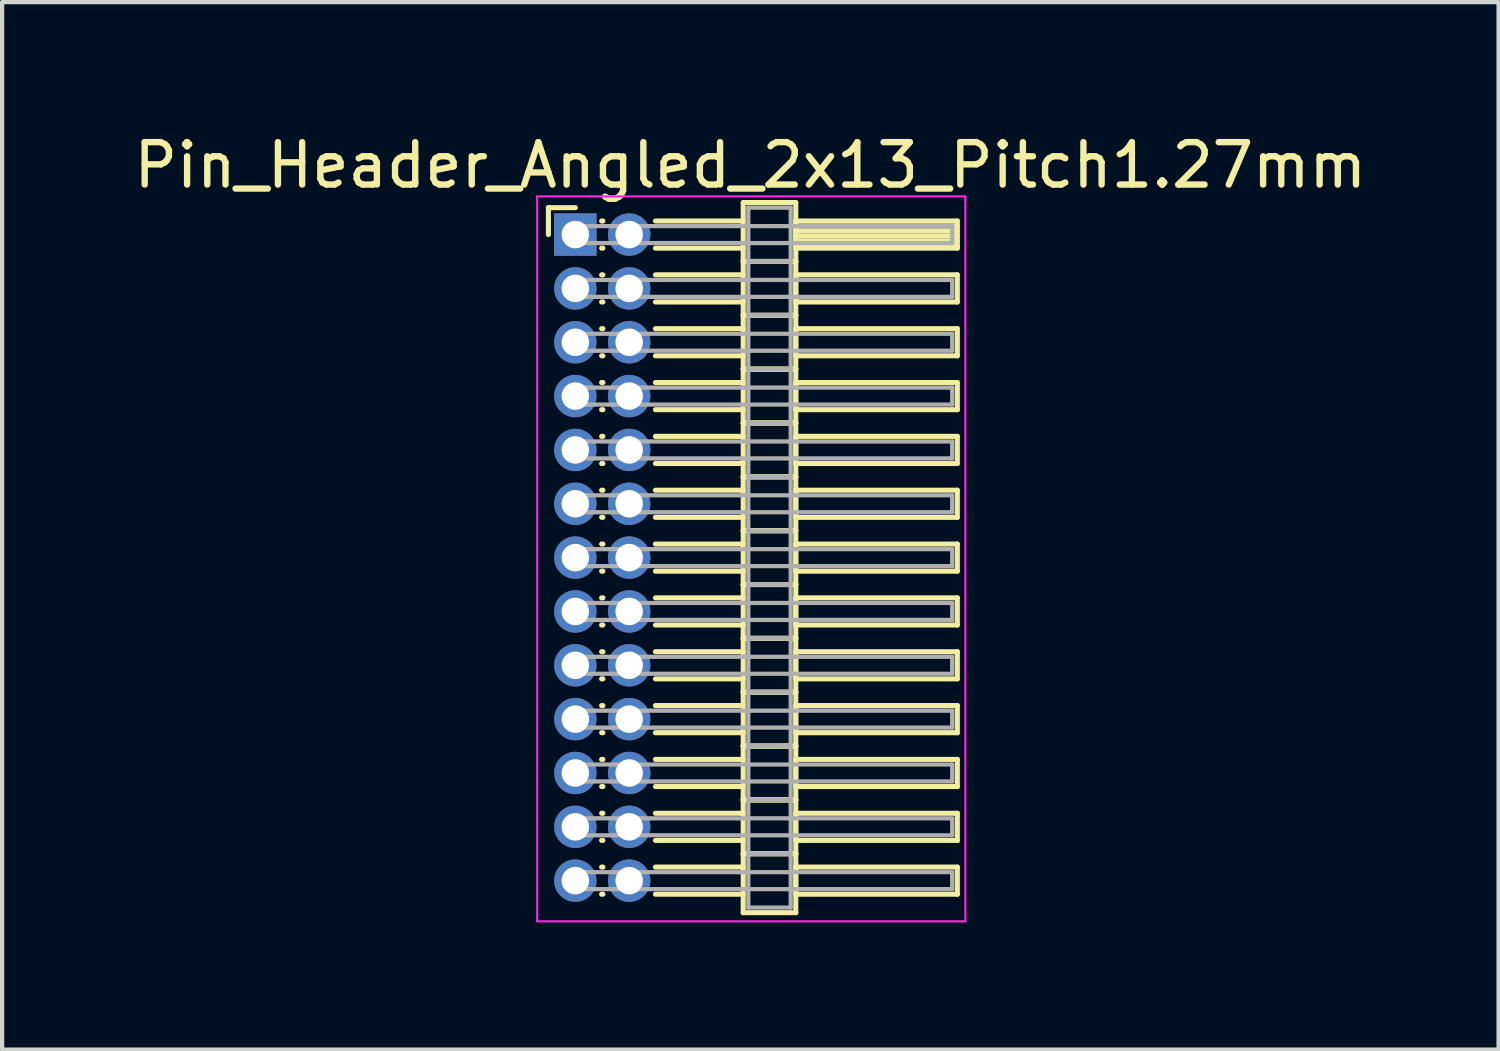
<source format=kicad_pcb>
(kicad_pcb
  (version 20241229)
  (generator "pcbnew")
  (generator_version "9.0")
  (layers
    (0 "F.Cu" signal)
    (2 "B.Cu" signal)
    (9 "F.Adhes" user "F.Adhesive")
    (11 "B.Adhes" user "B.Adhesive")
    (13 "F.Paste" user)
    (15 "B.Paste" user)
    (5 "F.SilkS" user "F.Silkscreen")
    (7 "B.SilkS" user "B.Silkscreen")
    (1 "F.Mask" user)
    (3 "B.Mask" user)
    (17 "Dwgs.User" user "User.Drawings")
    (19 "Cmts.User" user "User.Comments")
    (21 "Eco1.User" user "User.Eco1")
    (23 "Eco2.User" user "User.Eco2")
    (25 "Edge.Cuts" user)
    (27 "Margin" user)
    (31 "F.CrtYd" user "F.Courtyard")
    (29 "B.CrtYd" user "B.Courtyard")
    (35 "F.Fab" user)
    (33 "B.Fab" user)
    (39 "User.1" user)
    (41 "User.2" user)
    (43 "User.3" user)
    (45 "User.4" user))
  (footprint "Pin_Header_Angled_2x13_Pitch1.27mm"
    (layer "F.Cu")
    (at 10.521 2.483)
    (property "Reference" "Pin_Header_Angled_2x13_Pitch1.27mm" (at 4.128 -1.635 0) (layer "F.SilkS") (effects (font (size 1 1) (thickness 0.15))))
    (attr through_hole)
    (fp_line (start -0.635 -0.635) (end 0 -0.635) (stroke (width 0.12) (type solid)) (layer "F.SilkS"))
    (fp_line (start -0.635 0) (end -0.635 -0.635) (stroke (width 0.12) (type solid)) (layer "F.SilkS"))
    (fp_line (start 0.62 -0.32) (end 0.65 -0.32) (stroke (width 0.12) (type solid)) (layer "F.SilkS"))
    (fp_line (start 0.62 0.32) (end 0.65 0.32) (stroke (width 0.12) (type solid)) (layer "F.SilkS"))
    (fp_line (start 0.62 0.95) (end 0.65 0.95) (stroke (width 0.12) (type solid)) (layer "F.SilkS"))
    (fp_line (start 0.62 1.59) (end 0.65 1.59) (stroke (width 0.12) (type solid)) (layer "F.SilkS"))
    (fp_line (start 0.62 2.22) (end 0.65 2.22) (stroke (width 0.12) (type solid)) (layer "F.SilkS"))
    (fp_line (start 0.62 2.86) (end 0.65 2.86) (stroke (width 0.12) (type solid)) (layer "F.SilkS"))
    (fp_line (start 0.62 3.49) (end 0.65 3.49) (stroke (width 0.12) (type solid)) (layer "F.SilkS"))
    (fp_line (start 0.62 4.13) (end 0.65 4.13) (stroke (width 0.12) (type solid)) (layer "F.SilkS"))
    (fp_line (start 0.62 4.76) (end 0.65 4.76) (stroke (width 0.12) (type solid)) (layer "F.SilkS"))
    (fp_line (start 0.62 5.4) (end 0.65 5.4) (stroke (width 0.12) (type solid)) (layer "F.SilkS"))
    (fp_line (start 0.62 6.03) (end 0.65 6.03) (stroke (width 0.12) (type solid)) (layer "F.SilkS"))
    (fp_line (start 0.62 6.67) (end 0.65 6.67) (stroke (width 0.12) (type solid)) (layer "F.SilkS"))
    (fp_line (start 0.62 7.3) (end 0.65 7.3) (stroke (width 0.12) (type solid)) (layer "F.SilkS"))
    (fp_line (start 0.62 7.94) (end 0.65 7.94) (stroke (width 0.12) (type solid)) (layer "F.SilkS"))
    (fp_line (start 0.62 8.57) (end 0.65 8.57) (stroke (width 0.12) (type solid)) (layer "F.SilkS"))
    (fp_line (start 0.62 9.21) (end 0.65 9.21) (stroke (width 0.12) (type solid)) (layer "F.SilkS"))
    (fp_line (start 0.62 9.84) (end 0.65 9.84) (stroke (width 0.12) (type solid)) (layer "F.SilkS"))
    (fp_line (start 0.62 10.48) (end 0.65 10.48) (stroke (width 0.12) (type solid)) (layer "F.SilkS"))
    (fp_line (start 0.62 11.11) (end 0.65 11.11) (stroke (width 0.12) (type solid)) (layer "F.SilkS"))
    (fp_line (start 0.62 11.75) (end 0.65 11.75) (stroke (width 0.12) (type solid)) (layer "F.SilkS"))
    (fp_line (start 0.62 12.38) (end 0.65 12.38) (stroke (width 0.12) (type solid)) (layer "F.SilkS"))
    (fp_line (start 0.62 13.02) (end 0.65 13.02) (stroke (width 0.12) (type solid)) (layer "F.SilkS"))
    (fp_line (start 0.62 13.65) (end 0.65 13.65) (stroke (width 0.12) (type solid)) (layer "F.SilkS"))
    (fp_line (start 0.62 14.29) (end 0.65 14.29) (stroke (width 0.12) (type solid)) (layer "F.SilkS"))
    (fp_line (start 0.62 14.92) (end 0.65 14.92) (stroke (width 0.12) (type solid)) (layer "F.SilkS"))
    (fp_line (start 0.62 15.56) (end 0.65 15.56) (stroke (width 0.12) (type solid)) (layer "F.SilkS"))
    (fp_line (start 1.89 -0.32) (end 3.96 -0.32) (stroke (width 0.12) (type solid)) (layer "F.SilkS"))
    (fp_line (start 1.89 0.32) (end 3.96 0.32) (stroke (width 0.12) (type solid)) (layer "F.SilkS"))
    (fp_line (start 1.89 0.95) (end 3.96 0.95) (stroke (width 0.12) (type solid)) (layer "F.SilkS"))
    (fp_line (start 1.89 1.59) (end 3.96 1.59) (stroke (width 0.12) (type solid)) (layer "F.SilkS"))
    (fp_line (start 1.89 2.22) (end 3.96 2.22) (stroke (width 0.12) (type solid)) (layer "F.SilkS"))
    (fp_line (start 1.89 2.86) (end 3.96 2.86) (stroke (width 0.12) (type solid)) (layer "F.SilkS"))
    (fp_line (start 1.89 3.49) (end 3.96 3.49) (stroke (width 0.12) (type solid)) (layer "F.SilkS"))
    (fp_line (start 1.89 4.13) (end 3.96 4.13) (stroke (width 0.12) (type solid)) (layer "F.SilkS"))
    (fp_line (start 1.89 4.76) (end 3.96 4.76) (stroke (width 0.12) (type solid)) (layer "F.SilkS"))
    (fp_line (start 1.89 5.4) (end 3.96 5.4) (stroke (width 0.12) (type solid)) (layer "F.SilkS"))
    (fp_line (start 1.89 6.03) (end 3.96 6.03) (stroke (width 0.12) (type solid)) (layer "F.SilkS"))
    (fp_line (start 1.89 6.67) (end 3.96 6.67) (stroke (width 0.12) (type solid)) (layer "F.SilkS"))
    (fp_line (start 1.89 7.3) (end 3.96 7.3) (stroke (width 0.12) (type solid)) (layer "F.SilkS"))
    (fp_line (start 1.89 7.94) (end 3.96 7.94) (stroke (width 0.12) (type solid)) (layer "F.SilkS"))
    (fp_line (start 1.89 8.57) (end 3.96 8.57) (stroke (width 0.12) (type solid)) (layer "F.SilkS"))
    (fp_line (start 1.89 9.21) (end 3.96 9.21) (stroke (width 0.12) (type solid)) (layer "F.SilkS"))
    (fp_line (start 1.89 9.84) (end 3.96 9.84) (stroke (width 0.12) (type solid)) (layer "F.SilkS"))
    (fp_line (start 1.89 10.48) (end 3.96 10.48) (stroke (width 0.12) (type solid)) (layer "F.SilkS"))
    (fp_line (start 1.89 11.11) (end 3.96 11.11) (stroke (width 0.12) (type solid)) (layer "F.SilkS"))
    (fp_line (start 1.89 11.75) (end 3.96 11.75) (stroke (width 0.12) (type solid)) (layer "F.SilkS"))
    (fp_line (start 1.89 12.38) (end 3.96 12.38) (stroke (width 0.12) (type solid)) (layer "F.SilkS"))
    (fp_line (start 1.89 13.02) (end 3.96 13.02) (stroke (width 0.12) (type solid)) (layer "F.SilkS"))
    (fp_line (start 1.89 13.65) (end 3.96 13.65) (stroke (width 0.12) (type solid)) (layer "F.SilkS"))
    (fp_line (start 1.89 14.29) (end 3.96 14.29) (stroke (width 0.12) (type solid)) (layer "F.SilkS"))
    (fp_line (start 1.89 14.92) (end 3.96 14.92) (stroke (width 0.12) (type solid)) (layer "F.SilkS"))
    (fp_line (start 1.89 15.56) (end 3.96 15.56) (stroke (width 0.12) (type solid)) (layer "F.SilkS"))
    (fp_line (start 3.96 -0.755) (end 3.96 0.635) (stroke (width 0.12) (type solid)) (layer "F.SilkS"))
    (fp_line (start 3.96 0.635) (end 3.96 1.905) (stroke (width 0.12) (type solid)) (layer "F.SilkS"))
    (fp_line (start 3.96 0.635) (end 5.2 0.635) (stroke (width 0.12) (type solid)) (layer "F.SilkS"))
    (fp_line (start 3.96 1.905) (end 3.96 3.175) (stroke (width 0.12) (type solid)) (layer "F.SilkS"))
    (fp_line (start 3.96 1.905) (end 5.2 1.905) (stroke (width 0.12) (type solid)) (layer "F.SilkS"))
    (fp_line (start 3.96 3.175) (end 3.96 4.445) (stroke (width 0.12) (type solid)) (layer "F.SilkS"))
    (fp_line (start 3.96 3.175) (end 5.2 3.175) (stroke (width 0.12) (type solid)) (layer "F.SilkS"))
    (fp_line (start 3.96 4.445) (end 3.96 5.715) (stroke (width 0.12) (type solid)) (layer "F.SilkS"))
    (fp_line (start 3.96 4.445) (end 5.2 4.445) (stroke (width 0.12) (type solid)) (layer "F.SilkS"))
    (fp_line (start 3.96 5.715) (end 3.96 6.985) (stroke (width 0.12) (type solid)) (layer "F.SilkS"))
    (fp_line (start 3.96 5.715) (end 5.2 5.715) (stroke (width 0.12) (type solid)) (layer "F.SilkS"))
    (fp_line (start 3.96 6.985) (end 3.96 8.255) (stroke (width 0.12) (type solid)) (layer "F.SilkS"))
    (fp_line (start 3.96 6.985) (end 5.2 6.985) (stroke (width 0.12) (type solid)) (layer "F.SilkS"))
    (fp_line (start 3.96 8.255) (end 3.96 9.525) (stroke (width 0.12) (type solid)) (layer "F.SilkS"))
    (fp_line (start 3.96 8.255) (end 5.2 8.255) (stroke (width 0.12) (type solid)) (layer "F.SilkS"))
    (fp_line (start 3.96 9.525) (end 3.96 10.795) (stroke (width 0.12) (type solid)) (layer "F.SilkS"))
    (fp_line (start 3.96 9.525) (end 5.2 9.525) (stroke (width 0.12) (type solid)) (layer "F.SilkS"))
    (fp_line (start 3.96 10.795) (end 3.96 12.065) (stroke (width 0.12) (type solid)) (layer "F.SilkS"))
    (fp_line (start 3.96 10.795) (end 5.2 10.795) (stroke (width 0.12) (type solid)) (layer "F.SilkS"))
    (fp_line (start 3.96 12.065) (end 3.96 13.335) (stroke (width 0.12) (type solid)) (layer "F.SilkS"))
    (fp_line (start 3.96 12.065) (end 5.2 12.065) (stroke (width 0.12) (type solid)) (layer "F.SilkS"))
    (fp_line (start 3.96 13.335) (end 3.96 14.605) (stroke (width 0.12) (type solid)) (layer "F.SilkS"))
    (fp_line (start 3.96 13.335) (end 5.2 13.335) (stroke (width 0.12) (type solid)) (layer "F.SilkS"))
    (fp_line (start 3.96 14.605) (end 3.96 15.995) (stroke (width 0.12) (type solid)) (layer "F.SilkS"))
    (fp_line (start 3.96 14.605) (end 5.2 14.605) (stroke (width 0.12) (type solid)) (layer "F.SilkS"))
    (fp_line (start 3.96 15.995) (end 5.2 15.995) (stroke (width 0.12) (type solid)) (layer "F.SilkS"))
    (fp_line (start 5.2 -0.755) (end 3.96 -0.755) (stroke (width 0.12) (type solid)) (layer "F.SilkS"))
    (fp_line (start 5.2 -0.32) (end 5.2 0.32) (stroke (width 0.12) (type solid)) (layer "F.SilkS"))
    (fp_line (start 5.2 -0.2) (end 9.01 -0.2) (stroke (width 0.12) (type solid)) (layer "F.SilkS"))
    (fp_line (start 5.2 -0.08) (end 9.01 -0.08) (stroke (width 0.12) (type solid)) (layer "F.SilkS"))
    (fp_line (start 5.2 0.04) (end 9.01 0.04) (stroke (width 0.12) (type solid)) (layer "F.SilkS"))
    (fp_line (start 5.2 0.16) (end 9.01 0.16) (stroke (width 0.12) (type solid)) (layer "F.SilkS"))
    (fp_line (start 5.2 0.28) (end 9.01 0.28) (stroke (width 0.12) (type solid)) (layer "F.SilkS"))
    (fp_line (start 5.2 0.32) (end 9.01 0.32) (stroke (width 0.12) (type solid)) (layer "F.SilkS"))
    (fp_line (start 5.2 0.635) (end 3.96 0.635) (stroke (width 0.12) (type solid)) (layer "F.SilkS"))
    (fp_line (start 5.2 0.635) (end 5.2 -0.755) (stroke (width 0.12) (type solid)) (layer "F.SilkS"))
    (fp_line (start 5.2 0.95) (end 5.2 1.59) (stroke (width 0.12) (type solid)) (layer "F.SilkS"))
    (fp_line (start 5.2 1.59) (end 9.01 1.59) (stroke (width 0.12) (type solid)) (layer "F.SilkS"))
    (fp_line (start 5.2 1.905) (end 3.96 1.905) (stroke (width 0.12) (type solid)) (layer "F.SilkS"))
    (fp_line (start 5.2 1.905) (end 5.2 0.635) (stroke (width 0.12) (type solid)) (layer "F.SilkS"))
    (fp_line (start 5.2 2.22) (end 5.2 2.86) (stroke (width 0.12) (type solid)) (layer "F.SilkS"))
    (fp_line (start 5.2 2.86) (end 9.01 2.86) (stroke (width 0.12) (type solid)) (layer "F.SilkS"))
    (fp_line (start 5.2 3.175) (end 3.96 3.175) (stroke (width 0.12) (type solid)) (layer "F.SilkS"))
    (fp_line (start 5.2 3.175) (end 5.2 1.905) (stroke (width 0.12) (type solid)) (layer "F.SilkS"))
    (fp_line (start 5.2 3.49) (end 5.2 4.13) (stroke (width 0.12) (type solid)) (layer "F.SilkS"))
    (fp_line (start 5.2 4.13) (end 9.01 4.13) (stroke (width 0.12) (type solid)) (layer "F.SilkS"))
    (fp_line (start 5.2 4.445) (end 3.96 4.445) (stroke (width 0.12) (type solid)) (layer "F.SilkS"))
    (fp_line (start 5.2 4.445) (end 5.2 3.175) (stroke (width 0.12) (type solid)) (layer "F.SilkS"))
    (fp_line (start 5.2 4.76) (end 5.2 5.4) (stroke (width 0.12) (type solid)) (layer "F.SilkS"))
    (fp_line (start 5.2 5.4) (end 9.01 5.4) (stroke (width 0.12) (type solid)) (layer "F.SilkS"))
    (fp_line (start 5.2 5.715) (end 3.96 5.715) (stroke (width 0.12) (type solid)) (layer "F.SilkS"))
    (fp_line (start 5.2 5.715) (end 5.2 4.445) (stroke (width 0.12) (type solid)) (layer "F.SilkS"))
    (fp_line (start 5.2 6.03) (end 5.2 6.67) (stroke (width 0.12) (type solid)) (layer "F.SilkS"))
    (fp_line (start 5.2 6.67) (end 9.01 6.67) (stroke (width 0.12) (type solid)) (layer "F.SilkS"))
    (fp_line (start 5.2 6.985) (end 3.96 6.985) (stroke (width 0.12) (type solid)) (layer "F.SilkS"))
    (fp_line (start 5.2 6.985) (end 5.2 5.715) (stroke (width 0.12) (type solid)) (layer "F.SilkS"))
    (fp_line (start 5.2 7.3) (end 5.2 7.94) (stroke (width 0.12) (type solid)) (layer "F.SilkS"))
    (fp_line (start 5.2 7.94) (end 9.01 7.94) (stroke (width 0.12) (type solid)) (layer "F.SilkS"))
    (fp_line (start 5.2 8.255) (end 3.96 8.255) (stroke (width 0.12) (type solid)) (layer "F.SilkS"))
    (fp_line (start 5.2 8.255) (end 5.2 6.985) (stroke (width 0.12) (type solid)) (layer "F.SilkS"))
    (fp_line (start 5.2 8.57) (end 5.2 9.21) (stroke (width 0.12) (type solid)) (layer "F.SilkS"))
    (fp_line (start 5.2 9.21) (end 9.01 9.21) (stroke (width 0.12) (type solid)) (layer "F.SilkS"))
    (fp_line (start 5.2 9.525) (end 3.96 9.525) (stroke (width 0.12) (type solid)) (layer "F.SilkS"))
    (fp_line (start 5.2 9.525) (end 5.2 8.255) (stroke (width 0.12) (type solid)) (layer "F.SilkS"))
    (fp_line (start 5.2 9.84) (end 5.2 10.48) (stroke (width 0.12) (type solid)) (layer "F.SilkS"))
    (fp_line (start 5.2 10.48) (end 9.01 10.48) (stroke (width 0.12) (type solid)) (layer "F.SilkS"))
    (fp_line (start 5.2 10.795) (end 3.96 10.795) (stroke (width 0.12) (type solid)) (layer "F.SilkS"))
    (fp_line (start 5.2 10.795) (end 5.2 9.525) (stroke (width 0.12) (type solid)) (layer "F.SilkS"))
    (fp_line (start 5.2 11.11) (end 5.2 11.75) (stroke (width 0.12) (type solid)) (layer "F.SilkS"))
    (fp_line (start 5.2 11.75) (end 9.01 11.75) (stroke (width 0.12) (type solid)) (layer "F.SilkS"))
    (fp_line (start 5.2 12.065) (end 3.96 12.065) (stroke (width 0.12) (type solid)) (layer "F.SilkS"))
    (fp_line (start 5.2 12.065) (end 5.2 10.795) (stroke (width 0.12) (type solid)) (layer "F.SilkS"))
    (fp_line (start 5.2 12.38) (end 5.2 13.02) (stroke (width 0.12) (type solid)) (layer "F.SilkS"))
    (fp_line (start 5.2 13.02) (end 9.01 13.02) (stroke (width 0.12) (type solid)) (layer "F.SilkS"))
    (fp_line (start 5.2 13.335) (end 3.96 13.335) (stroke (width 0.12) (type solid)) (layer "F.SilkS"))
    (fp_line (start 5.2 13.335) (end 5.2 12.065) (stroke (width 0.12) (type solid)) (layer "F.SilkS"))
    (fp_line (start 5.2 13.65) (end 5.2 14.29) (stroke (width 0.12) (type solid)) (layer "F.SilkS"))
    (fp_line (start 5.2 14.29) (end 9.01 14.29) (stroke (width 0.12) (type solid)) (layer "F.SilkS"))
    (fp_line (start 5.2 14.605) (end 3.96 14.605) (stroke (width 0.12) (type solid)) (layer "F.SilkS"))
    (fp_line (start 5.2 14.605) (end 5.2 13.335) (stroke (width 0.12) (type solid)) (layer "F.SilkS"))
    (fp_line (start 5.2 14.92) (end 5.2 15.56) (stroke (width 0.12) (type solid)) (layer "F.SilkS"))
    (fp_line (start 5.2 15.56) (end 9.01 15.56) (stroke (width 0.12) (type solid)) (layer "F.SilkS"))
    (fp_line (start 5.2 15.995) (end 5.2 14.605) (stroke (width 0.12) (type solid)) (layer "F.SilkS"))
    (fp_line (start 9.01 -0.32) (end 5.2 -0.32) (stroke (width 0.12) (type solid)) (layer "F.SilkS"))
    (fp_line (start 9.01 0.32) (end 9.01 -0.32) (stroke (width 0.12) (type solid)) (layer "F.SilkS"))
    (fp_line (start 9.01 0.95) (end 5.2 0.95) (stroke (width 0.12) (type solid)) (layer "F.SilkS"))
    (fp_line (start 9.01 1.59) (end 9.01 0.95) (stroke (width 0.12) (type solid)) (layer "F.SilkS"))
    (fp_line (start 9.01 2.22) (end 5.2 2.22) (stroke (width 0.12) (type solid)) (layer "F.SilkS"))
    (fp_line (start 9.01 2.86) (end 9.01 2.22) (stroke (width 0.12) (type solid)) (layer "F.SilkS"))
    (fp_line (start 9.01 3.49) (end 5.2 3.49) (stroke (width 0.12) (type solid)) (layer "F.SilkS"))
    (fp_line (start 9.01 4.13) (end 9.01 3.49) (stroke (width 0.12) (type solid)) (layer "F.SilkS"))
    (fp_line (start 9.01 4.76) (end 5.2 4.76) (stroke (width 0.12) (type solid)) (layer "F.SilkS"))
    (fp_line (start 9.01 5.4) (end 9.01 4.76) (stroke (width 0.12) (type solid)) (layer "F.SilkS"))
    (fp_line (start 9.01 6.03) (end 5.2 6.03) (stroke (width 0.12) (type solid)) (layer "F.SilkS"))
    (fp_line (start 9.01 6.67) (end 9.01 6.03) (stroke (width 0.12) (type solid)) (layer "F.SilkS"))
    (fp_line (start 9.01 7.3) (end 5.2 7.3) (stroke (width 0.12) (type solid)) (layer "F.SilkS"))
    (fp_line (start 9.01 7.94) (end 9.01 7.3) (stroke (width 0.12) (type solid)) (layer "F.SilkS"))
    (fp_line (start 9.01 8.57) (end 5.2 8.57) (stroke (width 0.12) (type solid)) (layer "F.SilkS"))
    (fp_line (start 9.01 9.21) (end 9.01 8.57) (stroke (width 0.12) (type solid)) (layer "F.SilkS"))
    (fp_line (start 9.01 9.84) (end 5.2 9.84) (stroke (width 0.12) (type solid)) (layer "F.SilkS"))
    (fp_line (start 9.01 10.48) (end 9.01 9.84) (stroke (width 0.12) (type solid)) (layer "F.SilkS"))
    (fp_line (start 9.01 11.11) (end 5.2 11.11) (stroke (width 0.12) (type solid)) (layer "F.SilkS"))
    (fp_line (start 9.01 11.75) (end 9.01 11.11) (stroke (width 0.12) (type solid)) (layer "F.SilkS"))
    (fp_line (start 9.01 12.38) (end 5.2 12.38) (stroke (width 0.12) (type solid)) (layer "F.SilkS"))
    (fp_line (start 9.01 13.02) (end 9.01 12.38) (stroke (width 0.12) (type solid)) (layer "F.SilkS"))
    (fp_line (start 9.01 13.65) (end 5.2 13.65) (stroke (width 0.12) (type solid)) (layer "F.SilkS"))
    (fp_line (start 9.01 14.29) (end 9.01 13.65) (stroke (width 0.12) (type solid)) (layer "F.SilkS"))
    (fp_line (start 9.01 14.92) (end 5.2 14.92) (stroke (width 0.12) (type solid)) (layer "F.SilkS"))
    (fp_line (start 9.01 15.56) (end 9.01 14.92) (stroke (width 0.12) (type solid)) (layer "F.SilkS"))
    (fp_line (start -0.9 -0.9) (end -0.9 16.2) (stroke (width 0.05) (type solid)) (layer "F.CrtYd"))
    (fp_line (start -0.9 16.2) (end 9.2 16.2) (stroke (width 0.05) (type solid)) (layer "F.CrtYd"))
    (fp_line (start 9.2 -0.9) (end -0.9 -0.9) (stroke (width 0.05) (type solid)) (layer "F.CrtYd"))
    (fp_line (start 9.2 16.2) (end 9.2 -0.9) (stroke (width 0.05) (type solid)) (layer "F.CrtYd"))
    (fp_line (start 0 -0.2) (end 0 0.2) (stroke (width 0.1) (type solid)) (layer "F.Fab"))
    (fp_line (start 0 0.2) (end 8.89 0.2) (stroke (width 0.1) (type solid)) (layer "F.Fab"))
    (fp_line (start 0 1.07) (end 0 1.47) (stroke (width 0.1) (type solid)) (layer "F.Fab"))
    (fp_line (start 0 1.47) (end 8.89 1.47) (stroke (width 0.1) (type solid)) (layer "F.Fab"))
    (fp_line (start 0 2.34) (end 0 2.74) (stroke (width 0.1) (type solid)) (layer "F.Fab"))
    (fp_line (start 0 2.74) (end 8.89 2.74) (stroke (width 0.1) (type solid)) (layer "F.Fab"))
    (fp_line (start 0 3.61) (end 0 4.01) (stroke (width 0.1) (type solid)) (layer "F.Fab"))
    (fp_line (start 0 4.01) (end 8.89 4.01) (stroke (width 0.1) (type solid)) (layer "F.Fab"))
    (fp_line (start 0 4.88) (end 0 5.28) (stroke (width 0.1) (type solid)) (layer "F.Fab"))
    (fp_line (start 0 5.28) (end 8.89 5.28) (stroke (width 0.1) (type solid)) (layer "F.Fab"))
    (fp_line (start 0 6.15) (end 0 6.55) (stroke (width 0.1) (type solid)) (layer "F.Fab"))
    (fp_line (start 0 6.55) (end 8.89 6.55) (stroke (width 0.1) (type solid)) (layer "F.Fab"))
    (fp_line (start 0 7.42) (end 0 7.82) (stroke (width 0.1) (type solid)) (layer "F.Fab"))
    (fp_line (start 0 7.82) (end 8.89 7.82) (stroke (width 0.1) (type solid)) (layer "F.Fab"))
    (fp_line (start 0 8.69) (end 0 9.09) (stroke (width 0.1) (type solid)) (layer "F.Fab"))
    (fp_line (start 0 9.09) (end 8.89 9.09) (stroke (width 0.1) (type solid)) (layer "F.Fab"))
    (fp_line (start 0 9.96) (end 0 10.36) (stroke (width 0.1) (type solid)) (layer "F.Fab"))
    (fp_line (start 0 10.36) (end 8.89 10.36) (stroke (width 0.1) (type solid)) (layer "F.Fab"))
    (fp_line (start 0 11.23) (end 0 11.63) (stroke (width 0.1) (type solid)) (layer "F.Fab"))
    (fp_line (start 0 11.63) (end 8.89 11.63) (stroke (width 0.1) (type solid)) (layer "F.Fab"))
    (fp_line (start 0 12.5) (end 0 12.9) (stroke (width 0.1) (type solid)) (layer "F.Fab"))
    (fp_line (start 0 12.9) (end 8.89 12.9) (stroke (width 0.1) (type solid)) (layer "F.Fab"))
    (fp_line (start 0 13.77) (end 0 14.17) (stroke (width 0.1) (type solid)) (layer "F.Fab"))
    (fp_line (start 0 14.17) (end 8.89 14.17) (stroke (width 0.1) (type solid)) (layer "F.Fab"))
    (fp_line (start 0 15.04) (end 0 15.44) (stroke (width 0.1) (type solid)) (layer "F.Fab"))
    (fp_line (start 0 15.44) (end 8.89 15.44) (stroke (width 0.1) (type solid)) (layer "F.Fab"))
    (fp_line (start 4.08 -0.635) (end 4.08 0.635) (stroke (width 0.1) (type solid)) (layer "F.Fab"))
    (fp_line (start 4.08 0.635) (end 4.08 1.905) (stroke (width 0.1) (type solid)) (layer "F.Fab"))
    (fp_line (start 4.08 0.635) (end 5.08 0.635) (stroke (width 0.1) (type solid)) (layer "F.Fab"))
    (fp_line (start 4.08 1.905) (end 4.08 3.175) (stroke (width 0.1) (type solid)) (layer "F.Fab"))
    (fp_line (start 4.08 1.905) (end 5.08 1.905) (stroke (width 0.1) (type solid)) (layer "F.Fab"))
    (fp_line (start 4.08 3.175) (end 4.08 4.445) (stroke (width 0.1) (type solid)) (layer "F.Fab"))
    (fp_line (start 4.08 3.175) (end 5.08 3.175) (stroke (width 0.1) (type solid)) (layer "F.Fab"))
    (fp_line (start 4.08 4.445) (end 4.08 5.715) (stroke (width 0.1) (type solid)) (layer "F.Fab"))
    (fp_line (start 4.08 4.445) (end 5.08 4.445) (stroke (width 0.1) (type solid)) (layer "F.Fab"))
    (fp_line (start 4.08 5.715) (end 4.08 6.985) (stroke (width 0.1) (type solid)) (layer "F.Fab"))
    (fp_line (start 4.08 5.715) (end 5.08 5.715) (stroke (width 0.1) (type solid)) (layer "F.Fab"))
    (fp_line (start 4.08 6.985) (end 4.08 8.255) (stroke (width 0.1) (type solid)) (layer "F.Fab"))
    (fp_line (start 4.08 6.985) (end 5.08 6.985) (stroke (width 0.1) (type solid)) (layer "F.Fab"))
    (fp_line (start 4.08 8.255) (end 4.08 9.525) (stroke (width 0.1) (type solid)) (layer "F.Fab"))
    (fp_line (start 4.08 8.255) (end 5.08 8.255) (stroke (width 0.1) (type solid)) (layer "F.Fab"))
    (fp_line (start 4.08 9.525) (end 4.08 10.795) (stroke (width 0.1) (type solid)) (layer "F.Fab"))
    (fp_line (start 4.08 9.525) (end 5.08 9.525) (stroke (width 0.1) (type solid)) (layer "F.Fab"))
    (fp_line (start 4.08 10.795) (end 4.08 12.065) (stroke (width 0.1) (type solid)) (layer "F.Fab"))
    (fp_line (start 4.08 10.795) (end 5.08 10.795) (stroke (width 0.1) (type solid)) (layer "F.Fab"))
    (fp_line (start 4.08 12.065) (end 4.08 13.335) (stroke (width 0.1) (type solid)) (layer "F.Fab"))
    (fp_line (start 4.08 12.065) (end 5.08 12.065) (stroke (width 0.1) (type solid)) (layer "F.Fab"))
    (fp_line (start 4.08 13.335) (end 4.08 14.605) (stroke (width 0.1) (type solid)) (layer "F.Fab"))
    (fp_line (start 4.08 13.335) (end 5.08 13.335) (stroke (width 0.1) (type solid)) (layer "F.Fab"))
    (fp_line (start 4.08 14.605) (end 4.08 15.875) (stroke (width 0.1) (type solid)) (layer "F.Fab"))
    (fp_line (start 4.08 14.605) (end 5.08 14.605) (stroke (width 0.1) (type solid)) (layer "F.Fab"))
    (fp_line (start 4.08 15.875) (end 5.08 15.875) (stroke (width 0.1) (type solid)) (layer "F.Fab"))
    (fp_line (start 5.08 -0.635) (end 4.08 -0.635) (stroke (width 0.1) (type solid)) (layer "F.Fab"))
    (fp_line (start 5.08 0.635) (end 4.08 0.635) (stroke (width 0.1) (type solid)) (layer "F.Fab"))
    (fp_line (start 5.08 0.635) (end 5.08 -0.635) (stroke (width 0.1) (type solid)) (layer "F.Fab"))
    (fp_line (start 5.08 1.905) (end 4.08 1.905) (stroke (width 0.1) (type solid)) (layer "F.Fab"))
    (fp_line (start 5.08 1.905) (end 5.08 0.635) (stroke (width 0.1) (type solid)) (layer "F.Fab"))
    (fp_line (start 5.08 3.175) (end 4.08 3.175) (stroke (width 0.1) (type solid)) (layer "F.Fab"))
    (fp_line (start 5.08 3.175) (end 5.08 1.905) (stroke (width 0.1) (type solid)) (layer "F.Fab"))
    (fp_line (start 5.08 4.445) (end 4.08 4.445) (stroke (width 0.1) (type solid)) (layer "F.Fab"))
    (fp_line (start 5.08 4.445) (end 5.08 3.175) (stroke (width 0.1) (type solid)) (layer "F.Fab"))
    (fp_line (start 5.08 5.715) (end 4.08 5.715) (stroke (width 0.1) (type solid)) (layer "F.Fab"))
    (fp_line (start 5.08 5.715) (end 5.08 4.445) (stroke (width 0.1) (type solid)) (layer "F.Fab"))
    (fp_line (start 5.08 6.985) (end 4.08 6.985) (stroke (width 0.1) (type solid)) (layer "F.Fab"))
    (fp_line (start 5.08 6.985) (end 5.08 5.715) (stroke (width 0.1) (type solid)) (layer "F.Fab"))
    (fp_line (start 5.08 8.255) (end 4.08 8.255) (stroke (width 0.1) (type solid)) (layer "F.Fab"))
    (fp_line (start 5.08 8.255) (end 5.08 6.985) (stroke (width 0.1) (type solid)) (layer "F.Fab"))
    (fp_line (start 5.08 9.525) (end 4.08 9.525) (stroke (width 0.1) (type solid)) (layer "F.Fab"))
    (fp_line (start 5.08 9.525) (end 5.08 8.255) (stroke (width 0.1) (type solid)) (layer "F.Fab"))
    (fp_line (start 5.08 10.795) (end 4.08 10.795) (stroke (width 0.1) (type solid)) (layer "F.Fab"))
    (fp_line (start 5.08 10.795) (end 5.08 9.525) (stroke (width 0.1) (type solid)) (layer "F.Fab"))
    (fp_line (start 5.08 12.065) (end 4.08 12.065) (stroke (width 0.1) (type solid)) (layer "F.Fab"))
    (fp_line (start 5.08 12.065) (end 5.08 10.795) (stroke (width 0.1) (type solid)) (layer "F.Fab"))
    (fp_line (start 5.08 13.335) (end 4.08 13.335) (stroke (width 0.1) (type solid)) (layer "F.Fab"))
    (fp_line (start 5.08 13.335) (end 5.08 12.065) (stroke (width 0.1) (type solid)) (layer "F.Fab"))
    (fp_line (start 5.08 14.605) (end 4.08 14.605) (stroke (width 0.1) (type solid)) (layer "F.Fab"))
    (fp_line (start 5.08 14.605) (end 5.08 13.335) (stroke (width 0.1) (type solid)) (layer "F.Fab"))
    (fp_line (start 5.08 15.875) (end 5.08 14.605) (stroke (width 0.1) (type solid)) (layer "F.Fab"))
    (fp_line (start 8.89 -0.2) (end 0 -0.2) (stroke (width 0.1) (type solid)) (layer "F.Fab"))
    (fp_line (start 8.89 0.2) (end 8.89 -0.2) (stroke (width 0.1) (type solid)) (layer "F.Fab"))
    (fp_line (start 8.89 1.07) (end 0 1.07) (stroke (width 0.1) (type solid)) (layer "F.Fab"))
    (fp_line (start 8.89 1.47) (end 8.89 1.07) (stroke (width 0.1) (type solid)) (layer "F.Fab"))
    (fp_line (start 8.89 2.34) (end 0 2.34) (stroke (width 0.1) (type solid)) (layer "F.Fab"))
    (fp_line (start 8.89 2.74) (end 8.89 2.34) (stroke (width 0.1) (type solid)) (layer "F.Fab"))
    (fp_line (start 8.89 3.61) (end 0 3.61) (stroke (width 0.1) (type solid)) (layer "F.Fab"))
    (fp_line (start 8.89 4.01) (end 8.89 3.61) (stroke (width 0.1) (type solid)) (layer "F.Fab"))
    (fp_line (start 8.89 4.88) (end 0 4.88) (stroke (width 0.1) (type solid)) (layer "F.Fab"))
    (fp_line (start 8.89 5.28) (end 8.89 4.88) (stroke (width 0.1) (type solid)) (layer "F.Fab"))
    (fp_line (start 8.89 6.15) (end 0 6.15) (stroke (width 0.1) (type solid)) (layer "F.Fab"))
    (fp_line (start 8.89 6.55) (end 8.89 6.15) (stroke (width 0.1) (type solid)) (layer "F.Fab"))
    (fp_line (start 8.89 7.42) (end 0 7.42) (stroke (width 0.1) (type solid)) (layer "F.Fab"))
    (fp_line (start 8.89 7.82) (end 8.89 7.42) (stroke (width 0.1) (type solid)) (layer "F.Fab"))
    (fp_line (start 8.89 8.69) (end 0 8.69) (stroke (width 0.1) (type solid)) (layer "F.Fab"))
    (fp_line (start 8.89 9.09) (end 8.89 8.69) (stroke (width 0.1) (type solid)) (layer "F.Fab"))
    (fp_line (start 8.89 9.96) (end 0 9.96) (stroke (width 0.1) (type solid)) (layer "F.Fab"))
    (fp_line (start 8.89 10.36) (end 8.89 9.96) (stroke (width 0.1) (type solid)) (layer "F.Fab"))
    (fp_line (start 8.89 11.23) (end 0 11.23) (stroke (width 0.1) (type solid)) (layer "F.Fab"))
    (fp_line (start 8.89 11.63) (end 8.89 11.23) (stroke (width 0.1) (type solid)) (layer "F.Fab"))
    (fp_line (start 8.89 12.5) (end 0 12.5) (stroke (width 0.1) (type solid)) (layer "F.Fab"))
    (fp_line (start 8.89 12.9) (end 8.89 12.5) (stroke (width 0.1) (type solid)) (layer "F.Fab"))
    (fp_line (start 8.89 13.77) (end 0 13.77) (stroke (width 0.1) (type solid)) (layer "F.Fab"))
    (fp_line (start 8.89 14.17) (end 8.89 13.77) (stroke (width 0.1) (type solid)) (layer "F.Fab"))
    (fp_line (start 8.89 15.04) (end 0 15.04) (stroke (width 0.1) (type solid)) (layer "F.Fab"))
    (fp_line (start 8.89 15.44) (end 8.89 15.04) (stroke (width 0.1) (type solid)) (layer "F.Fab"))
    (pad "1" thru_hole rect (at 0 0) (size 1 1) (drill 0.65) (layers "*.Cu" "*.Mask"))
    (pad "2" thru_hole oval (at 1.27 0) (size 1 1) (drill 0.65) (layers "*.Cu" "*.Mask"))
    (pad "3" thru_hole oval (at 0 1.27) (size 1 1) (drill 0.65) (layers "*.Cu" "*.Mask"))
    (pad "4" thru_hole oval (at 1.27 1.27) (size 1 1) (drill 0.65) (layers "*.Cu" "*.Mask"))
    (pad "5" thru_hole oval (at 0 2.54) (size 1 1) (drill 0.65) (layers "*.Cu" "*.Mask"))
    (pad "6" thru_hole oval (at 1.27 2.54) (size 1 1) (drill 0.65) (layers "*.Cu" "*.Mask"))
    (pad "7" thru_hole oval (at 0 3.81) (size 1 1) (drill 0.65) (layers "*.Cu" "*.Mask"))
    (pad "8" thru_hole oval (at 1.27 3.81) (size 1 1) (drill 0.65) (layers "*.Cu" "*.Mask"))
    (pad "9" thru_hole oval (at 0 5.08) (size 1 1) (drill 0.65) (layers "*.Cu" "*.Mask"))
    (pad "10" thru_hole oval (at 1.27 5.08) (size 1 1) (drill 0.65) (layers "*.Cu" "*.Mask"))
    (pad "11" thru_hole oval (at 0 6.35) (size 1 1) (drill 0.65) (layers "*.Cu" "*.Mask"))
    (pad "12" thru_hole oval (at 1.27 6.35) (size 1 1) (drill 0.65) (layers "*.Cu" "*.Mask"))
    (pad "13" thru_hole oval (at 0 7.62) (size 1 1) (drill 0.65) (layers "*.Cu" "*.Mask"))
    (pad "14" thru_hole oval (at 1.27 7.62) (size 1 1) (drill 0.65) (layers "*.Cu" "*.Mask"))
    (pad "15" thru_hole oval (at 0 8.89) (size 1 1) (drill 0.65) (layers "*.Cu" "*.Mask"))
    (pad "16" thru_hole oval (at 1.27 8.89) (size 1 1) (drill 0.65) (layers "*.Cu" "*.Mask"))
    (pad "17" thru_hole oval (at 0 10.16) (size 1 1) (drill 0.65) (layers "*.Cu" "*.Mask"))
    (pad "18" thru_hole oval (at 1.27 10.16) (size 1 1) (drill 0.65) (layers "*.Cu" "*.Mask"))
    (pad "19" thru_hole oval (at 0 11.43) (size 1 1) (drill 0.65) (layers "*.Cu" "*.Mask"))
    (pad "20" thru_hole oval (at 1.27 11.43) (size 1 1) (drill 0.65) (layers "*.Cu" "*.Mask"))
    (pad "21" thru_hole oval (at 0 12.7) (size 1 1) (drill 0.65) (layers "*.Cu" "*.Mask"))
    (pad "22" thru_hole oval (at 1.27 12.7) (size 1 1) (drill 0.65) (layers "*.Cu" "*.Mask"))
    (pad "23" thru_hole oval (at 0 13.97) (size 1 1) (drill 0.65) (layers "*.Cu" "*.Mask"))
    (pad "24" thru_hole oval (at 1.27 13.97) (size 1 1) (drill 0.65) (layers "*.Cu" "*.Mask"))
    (pad "25" thru_hole oval (at 0 15.24) (size 1 1) (drill 0.65) (layers "*.Cu" "*.Mask"))
    (pad "26" thru_hole oval (at 1.27 15.24) (size 1 1) (drill 0.65) (layers "*.Cu" "*.Mask")))
  (gr_rect
    (start -3 -3)
    (end 32.298 21.708)
    (stroke (width 0.1) (type default))
    (fill no)
    (layer "Edge.Cuts")))
</source>
